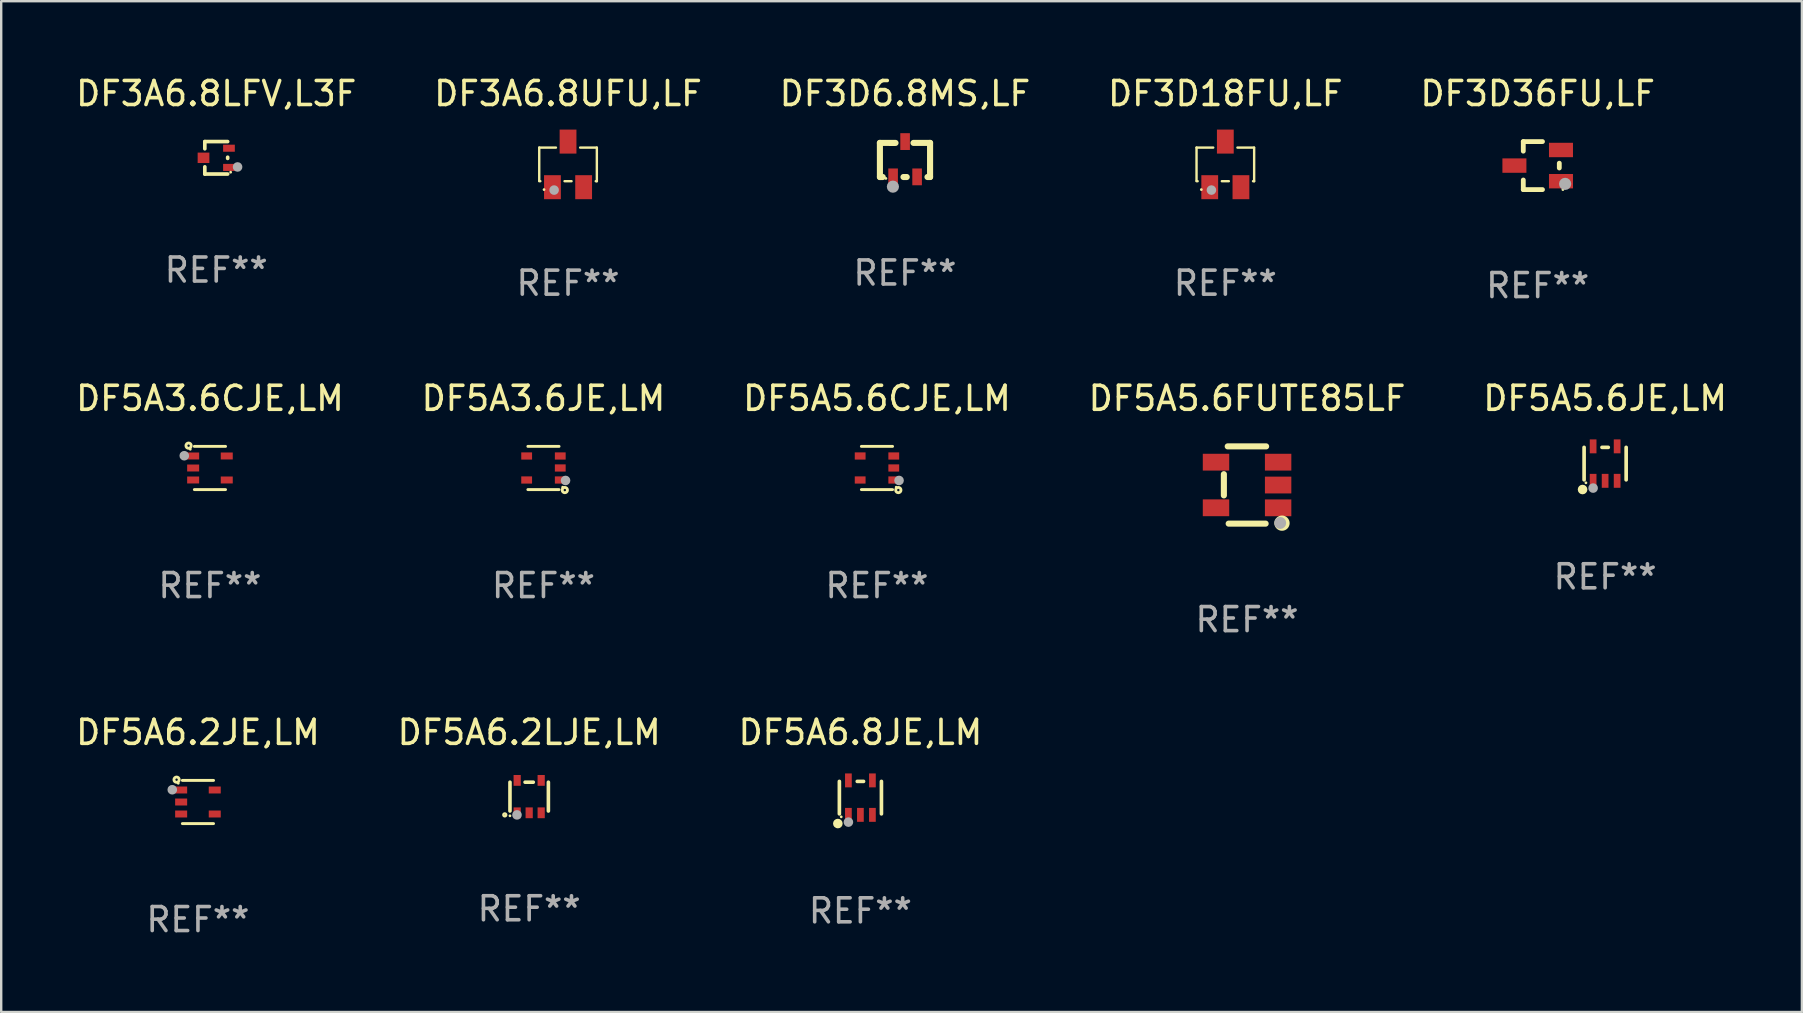
<source format=kicad_pcb>
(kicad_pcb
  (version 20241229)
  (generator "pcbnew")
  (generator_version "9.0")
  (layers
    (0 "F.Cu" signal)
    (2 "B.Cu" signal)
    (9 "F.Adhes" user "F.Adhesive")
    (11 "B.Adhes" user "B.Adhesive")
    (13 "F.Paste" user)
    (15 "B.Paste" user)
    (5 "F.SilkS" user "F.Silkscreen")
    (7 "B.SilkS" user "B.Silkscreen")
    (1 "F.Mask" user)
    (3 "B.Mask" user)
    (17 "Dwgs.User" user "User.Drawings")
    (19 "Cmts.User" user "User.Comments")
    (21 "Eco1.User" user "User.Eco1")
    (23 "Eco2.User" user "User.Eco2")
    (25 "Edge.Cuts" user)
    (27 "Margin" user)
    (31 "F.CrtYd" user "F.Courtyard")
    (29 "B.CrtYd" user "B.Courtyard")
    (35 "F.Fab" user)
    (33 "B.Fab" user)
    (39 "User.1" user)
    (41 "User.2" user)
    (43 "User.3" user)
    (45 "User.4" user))
  (footprint "DF5A6.8JE,LM"
    (layer "F.Cu")
    (at 32.792 30.177)
    (property "Reference" "DF5A6.8JE,LM" (at 0 -2.718 0) (layer "F.SilkS") (effects (font (size 1 1) (thickness 0.15))))
    (attr through_hole)
    (fp_line (start -0.876 0.676) (end -0.876 -0.676) (stroke (width 0.152) (type solid)) (layer "F.SilkS"))
    (fp_line (start 0.131 -0.676) (end -0.131 -0.676) (stroke (width 0.152) (type solid)) (layer "F.SilkS"))
    (fp_line (start 0.876 0.676) (end 0.876 -0.676) (stroke (width 0.152) (type solid)) (layer "F.SilkS"))
    (fp_circle (center -0.94 1.08) (end -0.84 1.08) (stroke (width 0.2) (type solid)) (fill no) (layer "F.SilkS"))
    (fp_circle (center -0.8 0.8) (end -0.77 0.8) (stroke (width 0.06) (type solid)) (fill no) (layer "F.SilkS"))
    (fp_circle (center -0.5 1.02) (end -0.4 1.02) (stroke (width 0.2) (type solid)) (fill no) (layer "F.Fab"))
    (fp_text user "REF**" (at 0 4.718 0) (layer "F.Fab") (effects (font (size 1 1) (thickness 0.15))))
    (pad "1" smd rect (at -0.5 0.718) (size 0.28 0.58) (layers "F.Cu" "F.Mask" "F.Paste"))
    (pad "2" smd rect (at -0.000102 0.718) (size 0.28 0.58) (layers "F.Cu" "F.Mask" "F.Paste"))
    (pad "3" smd rect (at 0.5 0.718) (size 0.28 0.58) (layers "F.Cu" "F.Mask" "F.Paste"))
    (pad "4" smd rect (at 0.5 -0.718) (size 0.28 0.58) (layers "F.Cu" "F.Mask" "F.Paste"))
    (pad "5" smd rect (at -0.5 -0.718) (size 0.28 0.58) (layers "F.Cu" "F.Mask" "F.Paste")))
  (footprint "DF5A6.2JE,LM"
    (layer "F.Cu")
    (at 5.196 30.359)
    (property "Reference" "DF5A6.2JE,LM" (at 0 -2.9 0) (layer "F.SilkS") (effects (font (size 1 1) (thickness 0.15))))
    (attr through_hole)
    (fp_line (start 0.65 -0.9) (end -0.65 -0.9) (stroke (width 0.12) (type solid)) (layer "F.SilkS"))
    (fp_line (start 0.65 0.9) (end -0.65 0.9) (stroke (width 0.12) (type solid)) (layer "F.SilkS"))
    (fp_circle (center -0.89 -0.93) (end -0.84 -0.93) (stroke (width 0.12) (type solid)) (fill no) (layer "F.SilkS"))
    (fp_circle (center -0.82 -0.78) (end -0.79 -0.78) (stroke (width 0.06) (type solid)) (fill no) (layer "F.SilkS"))
    (fp_arc (start -1.120142 -0.50983) (mid -1.070104 -0.559868) (end -1.020066 -0.50983) (stroke (width 0.254001) (type solid)) (layer "F.Fab"))
    (fp_arc (start -1.120142 -0.50983) (mid -1.070104 -0.521642) (end -1.020066 -0.50983) (stroke (width 0.254001) (type solid)) (layer "F.Fab"))
    (fp_circle (center -1.07 -0.51) (end -0.97 -0.51) (stroke (width 0.2) (type solid)) (fill no) (layer "F.Fab"))
    (fp_text user "REF**" (at 0 4.9 0) (layer "F.Fab") (effects (font (size 1 1) (thickness 0.15))))
    (pad "1" smd rect (at -0.7 -0.5) (size 0.5 0.29) (layers "F.Cu" "F.Mask" "F.Paste"))
    (pad "2" smd rect (at -0.7 0.000457) (size 0.5 0.29) (layers "F.Cu" "F.Mask" "F.Paste"))
    (pad "3" smd rect (at -0.7 0.5) (size 0.5 0.29) (layers "F.Cu" "F.Mask" "F.Paste"))
    (pad "4" smd rect (at 0.7 0.5) (size 0.5 0.29) (layers "F.Cu" "F.Mask" "F.Paste"))
    (pad "5" smd rect (at 0.7 -0.5) (size 0.5 0.29) (layers "F.Cu" "F.Mask" "F.Paste")))
  (footprint "DF3D6.8MS,LF"
    (layer "F.Cu")
    (at 34.649 3.586)
    (property "Reference" "DF3D6.8MS,LF" (at 0 -2.738 0) (layer "F.SilkS") (effects (font (size 1 1) (thickness 0.15))))
    (attr through_hole)
    (fp_line (start -1.045 -0.683) (end -1.044 0.738) (stroke (width 0.254) (type solid)) (layer "F.SilkS"))
    (fp_line (start -1.044 0.738) (end -0.927 0.738) (stroke (width 0.254) (type solid)) (layer "F.SilkS"))
    (fp_line (start -0.394 -0.682) (end -1.045 -0.683) (stroke (width 0.254) (type solid)) (layer "F.SilkS"))
    (fp_line (start -0.063 0.738) (end 0.073 0.738) (stroke (width 0.254) (type solid)) (layer "F.SilkS"))
    (fp_line (start 0.355 -0.683) (end 1.045 -0.683) (stroke (width 0.254) (type solid)) (layer "F.SilkS"))
    (fp_line (start 0.937 0.738) (end 1.045 0.738) (stroke (width 0.254) (type solid)) (layer "F.SilkS"))
    (fp_line (start 1.045 -0.683) (end 1.045 0.737) (stroke (width 0.254) (type solid)) (layer "F.SilkS"))
    (fp_circle (center -0.795 0.797) (end -0.765 0.797) (stroke (width 0.06) (type solid)) (fill no) (layer "F.SilkS"))
    (fp_circle (center -0.503 1.14) (end -0.376 1.14) (stroke (width 0.254) (type solid)) (fill no) (layer "F.Fab"))
    (fp_text user "REF**" (at 0 4.738 0) (layer "F.Fab") (effects (font (size 1 1) (thickness 0.15))))
    (pad "1" smd rect (at -0.495 0.732) (size 0.4 0.7) (layers "F.Cu" "F.Mask" "F.Paste"))
    (pad "2" smd rect (at 0.505 0.732) (size 0.4 0.7) (layers "F.Cu" "F.Mask" "F.Paste"))
    (pad "3" smd rect (at 0.005 -0.738) (size 0.4 0.7) (layers "F.Cu" "F.Mask" "F.Paste")))
  (footprint "DF5A5.6FUTE85LF"
    (layer "F.Cu")
    (at 48.899 17.154)
    (property "Reference" "DF5A5.6FUTE85LF" (at 0 -3.609 0) (layer "F.SilkS") (effects (font (size 1 1) (thickness 0.15))))
    (attr through_hole)
    (fp_line (start -0.966 0.433) (end -0.966 -0.451) (stroke (width 0.254) (type solid)) (layer "F.SilkS"))
    (fp_line (start -0.806 -1.609) (end 0.794 -1.609) (stroke (width 0.254) (type solid)) (layer "F.SilkS"))
    (fp_line (start -0.766 1.609) (end 0.774 1.609) (stroke (width 0.254) (type solid)) (layer "F.SilkS"))
    (fp_circle (center 1.4 1.45) (end 1.43 1.45) (stroke (width 0.06) (type solid)) (fill no) (layer "F.SilkS"))
    (fp_circle (center 1.456 1.589) (end 1.52 1.589) (stroke (width 0.254) (type solid)) (fill no) (layer "F.SilkS"))
    (fp_circle (center 1.38 1.58) (end 1.505 1.58) (stroke (width 0.25) (type solid)) (fill no) (layer "F.Fab"))
    (fp_text user "REF**" (at 0 5.609 0) (layer "F.Fab") (effects (font (size 1 1) (thickness 0.15))))
    (pad "1" smd rect (at 1.294 0.951) (size 1.1 0.7) (layers "F.Cu" "F.Mask" "F.Paste"))
    (pad "2" smd rect (at 1.294 0.001) (size 1.1 0.7) (layers "F.Cu" "F.Mask" "F.Paste"))
    (pad "3" smd rect (at 1.294 -0.951) (size 1.1 0.7) (layers "F.Cu" "F.Mask" "F.Paste"))
    (pad "4" smd rect (at -1.294 -0.951 180) (size 1.1 0.7) (layers "F.Cu" "F.Mask" "F.Paste"))
    (pad "5" smd rect (at -1.294 0.949 180) (size 1.1 0.7) (layers "F.Cu" "F.Mask" "F.Paste")))
  (footprint "DF3D18FU,LF"
    (layer "F.Cu")
    (at 47.994 3.798)
    (property "Reference" "DF3D18FU,LF" (at 0 -2.95 0) (layer "F.SilkS") (effects (font (size 1 1) (thickness 0.15))))
    (attr through_hole)
    (fp_line (start -1.2 -0.7) (end -1.2 0.68) (stroke (width 0.1) (type solid)) (layer "F.SilkS"))
    (fp_line (start -1.2 -0.7) (end -0.504 -0.7) (stroke (width 0.1) (type solid)) (layer "F.SilkS"))
    (fp_line (start -1.154 0.7) (end -1.2 0.7) (stroke (width 0.1) (type solid)) (layer "F.SilkS"))
    (fp_line (start 0.146 0.7) (end -0.146 0.7) (stroke (width 0.1) (type solid)) (layer "F.SilkS"))
    (fp_line (start 0.504 -0.7) (end 1.194 -0.7) (stroke (width 0.1) (type solid)) (layer "F.SilkS"))
    (fp_line (start 1.2 -0.7) (end 1.2 0.7) (stroke (width 0.1) (type solid)) (layer "F.SilkS"))
    (fp_line (start 1.2 0.7) (end 1.154 0.7) (stroke (width 0.1) (type solid)) (layer "F.SilkS"))
    (fp_circle (center -1 1.05) (end -0.97 1.05) (stroke (width 0.06) (type solid)) (fill no) (layer "F.SilkS"))
    (fp_circle (center -0.58 1.07) (end -0.48 1.07) (stroke (width 0.2) (type solid)) (fill no) (layer "F.Fab"))
    (fp_text user "REF**" (at 0 4.95 0) (layer "F.Fab") (effects (font (size 1 1) (thickness 0.15))))
    (pad "1" smd rect (at -0.65 0.95) (size 0.7 1) (layers "F.Cu" "F.Mask" "F.Paste"))
    (pad "2" smd rect (at 0.65 0.95) (size 0.7 1) (layers "F.Cu" "F.Mask" "F.Paste"))
    (pad "3" smd rect (at -0.000127 -0.95) (size 0.7 1) (layers "F.Cu" "F.Mask" "F.Paste")))
  (footprint "DF5A5.6CJE,LM"
    (layer "F.Cu")
    (at 33.482 16.445)
    (property "Reference" "DF5A5.6CJE,LM" (at 0 -2.9 0) (layer "F.SilkS") (effects (font (size 1 1) (thickness 0.15))))
    (attr through_hole)
    (fp_line (start -0.65 -0.9) (end 0.65 -0.9) (stroke (width 0.12) (type solid)) (layer "F.SilkS"))
    (fp_line (start -0.65 0.9) (end 0.65 0.9) (stroke (width 0.12) (type solid)) (layer "F.SilkS"))
    (fp_circle (center 0.8 0.8) (end 0.83 0.8) (stroke (width 0.06) (type solid)) (fill no) (layer "F.SilkS"))
    (fp_circle (center 0.89 0.92) (end 0.94 0.92) (stroke (width 0.12) (type solid)) (fill no) (layer "F.SilkS"))
    (fp_circle (center 0.92 0.52) (end 1.02 0.52) (stroke (width 0.2) (type solid)) (fill no) (layer "F.Fab"))
    (fp_text user "REF**" (at 0 4.9 0) (layer "F.Fab") (effects (font (size 1 1) (thickness 0.15))))
    (pad "1" smd rect (at 0.7 0.5) (size 0.45 0.3) (layers "F.Cu" "F.Mask" "F.Paste"))
    (pad "2" smd rect (at 0.7 -0.000356) (size 0.45 0.3) (layers "F.Cu" "F.Mask" "F.Paste"))
    (pad "3" smd rect (at 0.7 -0.5) (size 0.45 0.3) (layers "F.Cu" "F.Mask" "F.Paste"))
    (pad "4" smd rect (at -0.7 -0.5) (size 0.45 0.3) (layers "F.Cu" "F.Mask" "F.Paste"))
    (pad "5" smd rect (at -0.7 0.5) (size 0.45 0.3) (layers "F.Cu" "F.Mask" "F.Paste")))
  (footprint "DF5A5.6JE,LM"
    (layer "F.Cu")
    (at 63.815 16.262)
    (property "Reference" "DF5A5.6JE,LM" (at 0 -2.718 0) (layer "F.SilkS") (effects (font (size 1 1) (thickness 0.15))))
    (attr through_hole)
    (fp_line (start -0.876 0.676) (end -0.876 -0.676) (stroke (width 0.152) (type solid)) (layer "F.SilkS"))
    (fp_line (start 0.131 -0.676) (end -0.131 -0.676) (stroke (width 0.152) (type solid)) (layer "F.SilkS"))
    (fp_line (start 0.876 0.676) (end 0.876 -0.676) (stroke (width 0.152) (type solid)) (layer "F.SilkS"))
    (fp_circle (center -0.94 1.08) (end -0.84 1.08) (stroke (width 0.2) (type solid)) (fill no) (layer "F.SilkS"))
    (fp_circle (center -0.8 0.8) (end -0.77 0.8) (stroke (width 0.06) (type solid)) (fill no) (layer "F.SilkS"))
    (fp_circle (center -0.5 1.02) (end -0.4 1.02) (stroke (width 0.2) (type solid)) (fill no) (layer "F.Fab"))
    (fp_text user "REF**" (at 0 4.718 0) (layer "F.Fab") (effects (font (size 1 1) (thickness 0.15))))
    (pad "1" smd rect (at -0.5 0.718) (size 0.28 0.58) (layers "F.Cu" "F.Mask" "F.Paste"))
    (pad "2" smd rect (at -0.000102 0.718) (size 0.28 0.58) (layers "F.Cu" "F.Mask" "F.Paste"))
    (pad "3" smd rect (at 0.5 0.718) (size 0.28 0.58) (layers "F.Cu" "F.Mask" "F.Paste"))
    (pad "4" smd rect (at 0.5 -0.718) (size 0.28 0.58) (layers "F.Cu" "F.Mask" "F.Paste"))
    (pad "5" smd rect (at -0.5 -0.718) (size 0.28 0.58) (layers "F.Cu" "F.Mask" "F.Paste")))
  (footprint "DF3D36FU,LF"
    (layer "F.Cu")
    (at 61.006 3.848)
    (property "Reference" "DF3D36FU,LF" (at 0 -3 0) (layer "F.SilkS") (effects (font (size 1 1) (thickness 0.15))))
    (attr through_hole)
    (fp_line (start -0.6 -1) (end -0.6 -0.6) (stroke (width 0.2) (type solid)) (layer "F.SilkS"))
    (fp_line (start -0.6 1) (end -0.6 0.6) (stroke (width 0.2) (type solid)) (layer "F.SilkS"))
    (fp_line (start 0.2 -1) (end -0.6 -1) (stroke (width 0.2) (type solid)) (layer "F.SilkS"))
    (fp_line (start 0.2 1) (end -0.6 1) (stroke (width 0.2) (type solid)) (layer "F.SilkS"))
    (fp_line (start 0.9 0.1) (end 0.9 -0.1) (stroke (width 0.2) (type solid)) (layer "F.SilkS"))
    (fp_circle (center 1.05 1) (end 1.08 1) (stroke (width 0.06) (type solid)) (fill no) (layer "F.SilkS"))
    (fp_circle (center 1.143 0.762) (end 1.27 0.762) (stroke (width 0.254) (type solid)) (fill no) (layer "F.Fab"))
    (fp_text user "REF**" (at 0 5 0) (layer "F.Fab") (effects (font (size 1 1) (thickness 0.15))))
    (pad "1" smd rect (at 0.97 0.65 90) (size 0.6 1) (layers "F.Cu" "F.Mask" "F.Paste"))
    (pad "2" smd rect (at 0.97 -0.65 90) (size 0.6 1) (layers "F.Cu" "F.Mask" "F.Paste"))
    (pad "3" smd rect (at -0.97 0 90) (size 0.6 1) (layers "F.Cu" "F.Mask" "F.Paste")))
  (footprint "DF3A6.8LFV,L3F"
    (layer "F.Cu")
    (at 5.958 3.524)
    (property "Reference" "DF3A6.8LFV,L3F" (at 0 -2.676 0) (layer "F.SilkS") (effects (font (size 1 1) (thickness 0.15))))
    (attr through_hole)
    (fp_line (start -0.476 -0.676) (end -0.476 -0.376) (stroke (width 0.152) (type solid)) (layer "F.SilkS"))
    (fp_line (start -0.476 0.676) (end -0.476 0.376) (stroke (width 0.152) (type solid)) (layer "F.SilkS"))
    (fp_line (start 0.476 -0.676) (end -0.476 -0.676) (stroke (width 0.152) (type solid)) (layer "F.SilkS"))
    (fp_line (start 0.476 -0.024) (end 0.476 0.024) (stroke (width 0.152) (type solid)) (layer "F.SilkS"))
    (fp_line (start 0.476 0.676) (end -0.476 0.676) (stroke (width 0.152) (type solid)) (layer "F.SilkS"))
    (fp_circle (center 0.6 0.6) (end 0.63 0.6) (stroke (width 0.06) (type solid)) (fill no) (layer "F.SilkS"))
    (fp_circle (center 0.889 0.381) (end 0.989 0.381) (stroke (width 0.2) (type solid)) (fill no) (layer "F.Fab"))
    (fp_text user "REF**" (at 0 4.676 0) (layer "F.Fab") (effects (font (size 1 1) (thickness 0.15))))
    (pad "1" smd rect (at 0.53 0.4) (size 0.489 0.294) (layers "F.Cu" "F.Mask" "F.Paste"))
    (pad "2" smd rect (at 0.53 -0.4) (size 0.489 0.294) (layers "F.Cu" "F.Mask" "F.Paste"))
    (pad "3" smd rect (at -0.53 0) (size 0.489 0.434) (layers "F.Cu" "F.Mask" "F.Paste")))
  (footprint "DF5A3.6JE,LM"
    (layer "F.Cu")
    (at 19.589 16.445)
    (property "Reference" "DF5A3.6JE,LM" (at 0 -2.9 0) (layer "F.SilkS") (effects (font (size 1 1) (thickness 0.15))))
    (attr through_hole)
    (fp_line (start -0.65 -0.9) (end 0.65 -0.9) (stroke (width 0.12) (type solid)) (layer "F.SilkS"))
    (fp_line (start -0.65 0.9) (end 0.65 0.9) (stroke (width 0.12) (type solid)) (layer "F.SilkS"))
    (fp_circle (center 0.8 0.8) (end 0.83 0.8) (stroke (width 0.06) (type solid)) (fill no) (layer "F.SilkS"))
    (fp_circle (center 0.89 0.92) (end 0.94 0.92) (stroke (width 0.12) (type solid)) (fill no) (layer "F.SilkS"))
    (fp_circle (center 0.92 0.52) (end 1.02 0.52) (stroke (width 0.2) (type solid)) (fill no) (layer "F.Fab"))
    (fp_text user "REF**" (at 0 4.9 0) (layer "F.Fab") (effects (font (size 1 1) (thickness 0.15))))
    (pad "1" smd rect (at 0.7 0.5) (size 0.45 0.3) (layers "F.Cu" "F.Mask" "F.Paste"))
    (pad "2" smd rect (at 0.7 -0.000356) (size 0.45 0.3) (layers "F.Cu" "F.Mask" "F.Paste"))
    (pad "3" smd rect (at 0.7 -0.5) (size 0.45 0.3) (layers "F.Cu" "F.Mask" "F.Paste"))
    (pad "4" smd rect (at -0.7 -0.5) (size 0.45 0.3) (layers "F.Cu" "F.Mask" "F.Paste"))
    (pad "5" smd rect (at -0.7 0.5) (size 0.45 0.3) (layers "F.Cu" "F.Mask" "F.Paste")))
  (footprint "DF5A3.6CJE,LM"
    (layer "F.Cu")
    (at 5.696 16.445)
    (property "Reference" "DF5A3.6CJE,LM" (at 0 -2.9 0) (layer "F.SilkS") (effects (font (size 1 1) (thickness 0.15))))
    (attr through_hole)
    (fp_line (start 0.65 -0.9) (end -0.65 -0.9) (stroke (width 0.12) (type solid)) (layer "F.SilkS"))
    (fp_line (start 0.65 0.9) (end -0.65 0.9) (stroke (width 0.12) (type solid)) (layer "F.SilkS"))
    (fp_circle (center -0.89 -0.93) (end -0.84 -0.93) (stroke (width 0.12) (type solid)) (fill no) (layer "F.SilkS"))
    (fp_circle (center -0.82 -0.78) (end -0.79 -0.78) (stroke (width 0.06) (type solid)) (fill no) (layer "F.SilkS"))
    (fp_arc (start -1.120142 -0.50983) (mid -1.070104 -0.559868) (end -1.020066 -0.50983) (stroke (width 0.254001) (type solid)) (layer "F.Fab"))
    (fp_arc (start -1.120142 -0.50983) (mid -1.070104 -0.521642) (end -1.020066 -0.50983) (stroke (width 0.254001) (type solid)) (layer "F.Fab"))
    (fp_circle (center -1.07 -0.51) (end -0.97 -0.51) (stroke (width 0.2) (type solid)) (fill no) (layer "F.Fab"))
    (fp_text user "REF**" (at 0 4.9 0) (layer "F.Fab") (effects (font (size 1 1) (thickness 0.15))))
    (pad "1" smd rect (at -0.7 -0.5) (size 0.5 0.29) (layers "F.Cu" "F.Mask" "F.Paste"))
    (pad "2" smd rect (at -0.7 0.000457) (size 0.5 0.29) (layers "F.Cu" "F.Mask" "F.Paste"))
    (pad "3" smd rect (at -0.7 0.5) (size 0.5 0.29) (layers "F.Cu" "F.Mask" "F.Paste"))
    (pad "4" smd rect (at 0.7 0.5) (size 0.5 0.29) (layers "F.Cu" "F.Mask" "F.Paste"))
    (pad "5" smd rect (at 0.7 -0.5) (size 0.5 0.29) (layers "F.Cu" "F.Mask" "F.Paste")))
  (footprint "DF5A6.2LJE,LM"
    (layer "F.Cu")
    (at 18.994 30.134)
    (property "Reference" "DF5A6.2LJE,LM" (at 0 -2.675 0) (layer "F.SilkS") (effects (font (size 1 1) (thickness 0.15))))
    (attr through_hole)
    (fp_line (start -0.8 0.6) (end -0.8 -0.6) (stroke (width 0.15) (type solid)) (layer "F.SilkS"))
    (fp_line (start -0.171 -0.6) (end 0.171 -0.6) (stroke (width 0.15) (type solid)) (layer "F.SilkS"))
    (fp_line (start 0.8 -0.6) (end 0.8 0.6) (stroke (width 0.15) (type solid)) (layer "F.SilkS"))
    (fp_circle (center -1.016 0.762) (end -0.956 0.762) (stroke (width 0.1) (type solid)) (fill no) (layer "F.SilkS"))
    (fp_circle (center -0.8 0.8) (end -0.77 0.8) (stroke (width 0.06) (type solid)) (fill no) (layer "F.SilkS"))
    (fp_circle (center -0.508 0.762) (end -0.408 0.762) (stroke (width 0.2) (type solid)) (fill no) (layer "F.Fab"))
    (fp_text user "REF**" (at 0 4.675 0) (layer "F.Fab") (effects (font (size 1 1) (thickness 0.15))))
    (pad "1" smd rect (at -0.5 0.675) (size 0.3 0.45) (layers "F.Cu" "F.Mask" "F.Paste"))
    (pad "2" smd rect (at 0.000127 0.675) (size 0.3 0.45) (layers "F.Cu" "F.Mask" "F.Paste"))
    (pad "3" smd rect (at 0.5 0.675) (size 0.3 0.45) (layers "F.Cu" "F.Mask" "F.Paste"))
    (pad "4" smd rect (at 0.5 -0.675) (size 0.3 0.45) (layers "F.Cu" "F.Mask" "F.Paste"))
    (pad "5" smd rect (at -0.5 -0.675) (size 0.3 0.45) (layers "F.Cu" "F.Mask" "F.Paste")))
  (footprint "DF3A6.8UFU,LF"
    (layer "F.Cu")
    (at 20.613 3.798)
    (property "Reference" "DF3A6.8UFU,LF" (at 0 -2.95 0) (layer "F.SilkS") (effects (font (size 1 1) (thickness 0.15))))
    (attr through_hole)
    (fp_line (start -1.2 -0.7) (end -1.2 0.68) (stroke (width 0.1) (type solid)) (layer "F.SilkS"))
    (fp_line (start -1.2 -0.7) (end -0.504 -0.7) (stroke (width 0.1) (type solid)) (layer "F.SilkS"))
    (fp_line (start -1.154 0.7) (end -1.2 0.7) (stroke (width 0.1) (type solid)) (layer "F.SilkS"))
    (fp_line (start 0.146 0.7) (end -0.146 0.7) (stroke (width 0.1) (type solid)) (layer "F.SilkS"))
    (fp_line (start 0.504 -0.7) (end 1.194 -0.7) (stroke (width 0.1) (type solid)) (layer "F.SilkS"))
    (fp_line (start 1.2 -0.7) (end 1.2 0.7) (stroke (width 0.1) (type solid)) (layer "F.SilkS"))
    (fp_line (start 1.2 0.7) (end 1.154 0.7) (stroke (width 0.1) (type solid)) (layer "F.SilkS"))
    (fp_circle (center -1 1.05) (end -0.97 1.05) (stroke (width 0.06) (type solid)) (fill no) (layer "F.SilkS"))
    (fp_circle (center -0.58 1.07) (end -0.48 1.07) (stroke (width 0.2) (type solid)) (fill no) (layer "F.Fab"))
    (fp_text user "REF**" (at 0 4.95 0) (layer "F.Fab") (effects (font (size 1 1) (thickness 0.15))))
    (pad "1" smd rect (at -0.65 0.95) (size 0.7 1) (layers "F.Cu" "F.Mask" "F.Paste"))
    (pad "2" smd rect (at 0.65 0.95) (size 0.7 1) (layers "F.Cu" "F.Mask" "F.Paste"))
    (pad "3" smd rect (at -0.000127 -0.95) (size 0.7 1) (layers "F.Cu" "F.Mask" "F.Paste")))
  (gr_rect
    (start -3 -3)
    (end 72.012 39.107)
    (stroke (width 0.1) (type default))
    (fill no)
    (layer "Edge.Cuts")))
</source>
